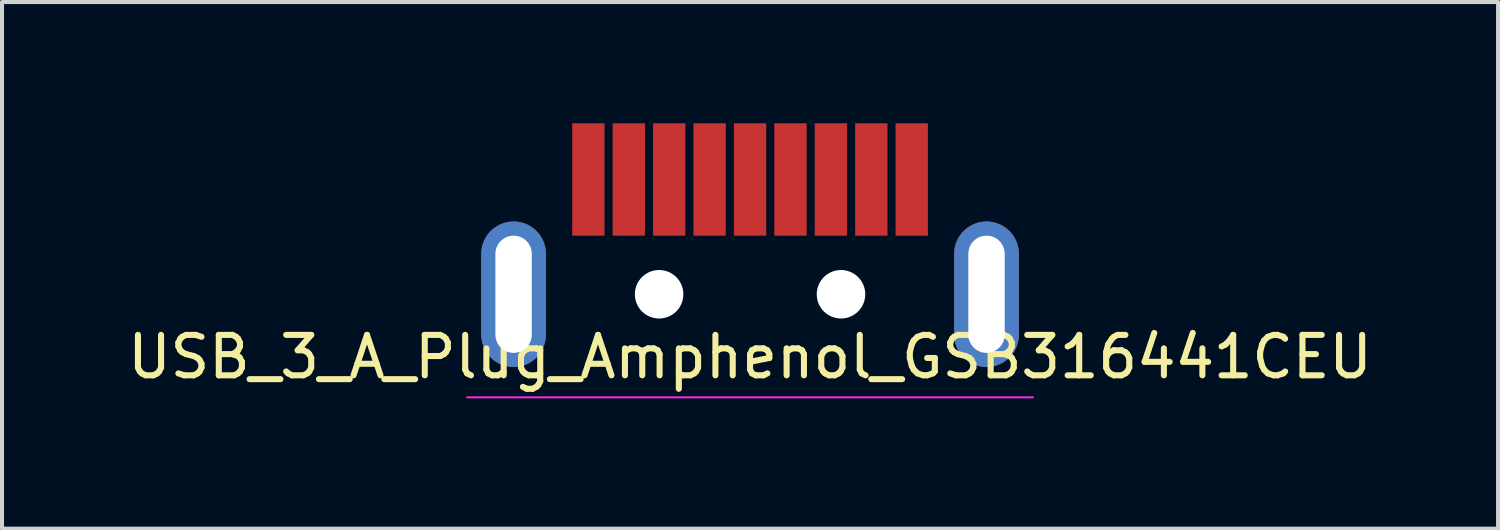
<source format=kicad_pcb>
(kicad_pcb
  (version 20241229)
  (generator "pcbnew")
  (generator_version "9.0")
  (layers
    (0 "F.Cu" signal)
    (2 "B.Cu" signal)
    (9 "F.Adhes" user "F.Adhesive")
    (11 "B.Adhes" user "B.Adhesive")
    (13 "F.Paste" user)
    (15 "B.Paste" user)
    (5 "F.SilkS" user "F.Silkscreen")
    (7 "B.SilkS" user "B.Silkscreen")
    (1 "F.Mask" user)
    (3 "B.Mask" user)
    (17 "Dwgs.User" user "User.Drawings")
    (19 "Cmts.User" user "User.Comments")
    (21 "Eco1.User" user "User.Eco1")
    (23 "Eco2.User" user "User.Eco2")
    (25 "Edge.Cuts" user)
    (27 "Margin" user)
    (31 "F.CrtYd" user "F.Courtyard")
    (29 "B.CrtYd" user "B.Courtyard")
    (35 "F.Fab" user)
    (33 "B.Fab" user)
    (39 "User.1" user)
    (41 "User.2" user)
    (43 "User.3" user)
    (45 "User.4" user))
  (footprint "USB_3_A_Plug_Amphenol_GSB316441CEU"
    (layer "F.Cu")
    (at 15.506 6.78)
    (property "Reference" "USB_3_A_Plug_Amphenol_GSB316441CEU" (at 0 -1 0) (layer "F.SilkS") (effects (font (size 1 1) (thickness 0.15))))
    (attr through_hole)
    (fp_line (start -7 0) (end 7 0) (stroke (width 0.05) (type solid)) (layer "F.CrtYd"))
    (pad "" np_thru_hole circle (at -2.25 -2.55) (size 1.2 1.2) (drill 1.2) (layers "*.Cu" "*.Mask"))
    (pad "" np_thru_hole circle (at 2.25 -2.55) (size 1.2 1.2) (drill 1.2) (layers "*.Cu" "*.Mask"))
    (pad "1" smd rect (at 3 -5.39) (size 0.8 2.78) (layers "F.Cu" "F.Mask" "F.Paste"))
    (pad "2" smd rect (at 1 -5.39) (size 0.8 2.78) (layers "F.Cu" "F.Mask" "F.Paste"))
    (pad "3" smd rect (at -1 -5.39) (size 0.8 2.78) (layers "F.Cu" "F.Mask" "F.Paste"))
    (pad "4" smd rect (at -3 -5.39) (size 0.8 2.78) (layers "F.Cu" "F.Mask" "F.Paste"))
    (pad "5" smd rect (at -4 -5.39) (size 0.8 2.78) (layers "F.Cu" "F.Mask" "F.Paste"))
    (pad "6" smd rect (at -2 -5.39) (size 0.8 2.78) (layers "F.Cu" "F.Mask" "F.Paste"))
    (pad "7" smd rect (at 0 -5.39) (size 0.8 2.78) (layers "F.Cu" "F.Mask" "F.Paste"))
    (pad "8" smd rect (at 2 -5.39) (size 0.8 2.78) (layers "F.Cu" "F.Mask" "F.Paste"))
    (pad "9" smd rect (at 4 -5.39) (size 0.8 2.78) (layers "F.Cu" "F.Mask" "F.Paste"))
    (pad "10" thru_hole oval (at -5.85 -2.55) (size 1.6 3.6) (drill oval 0.9 2.9) (layers "*.Cu" "*.Mask"))
    (pad "10" thru_hole oval (at 5.85 -2.55) (size 1.6 3.6) (drill oval 0.9 2.9) (layers "*.Cu" "*.Mask")))
  (gr_rect
    (start -3 -3)
    (end 34.012 10.03)
    (stroke (width 0.1) (type default))
    (fill no)
    (layer "Edge.Cuts")))
</source>
